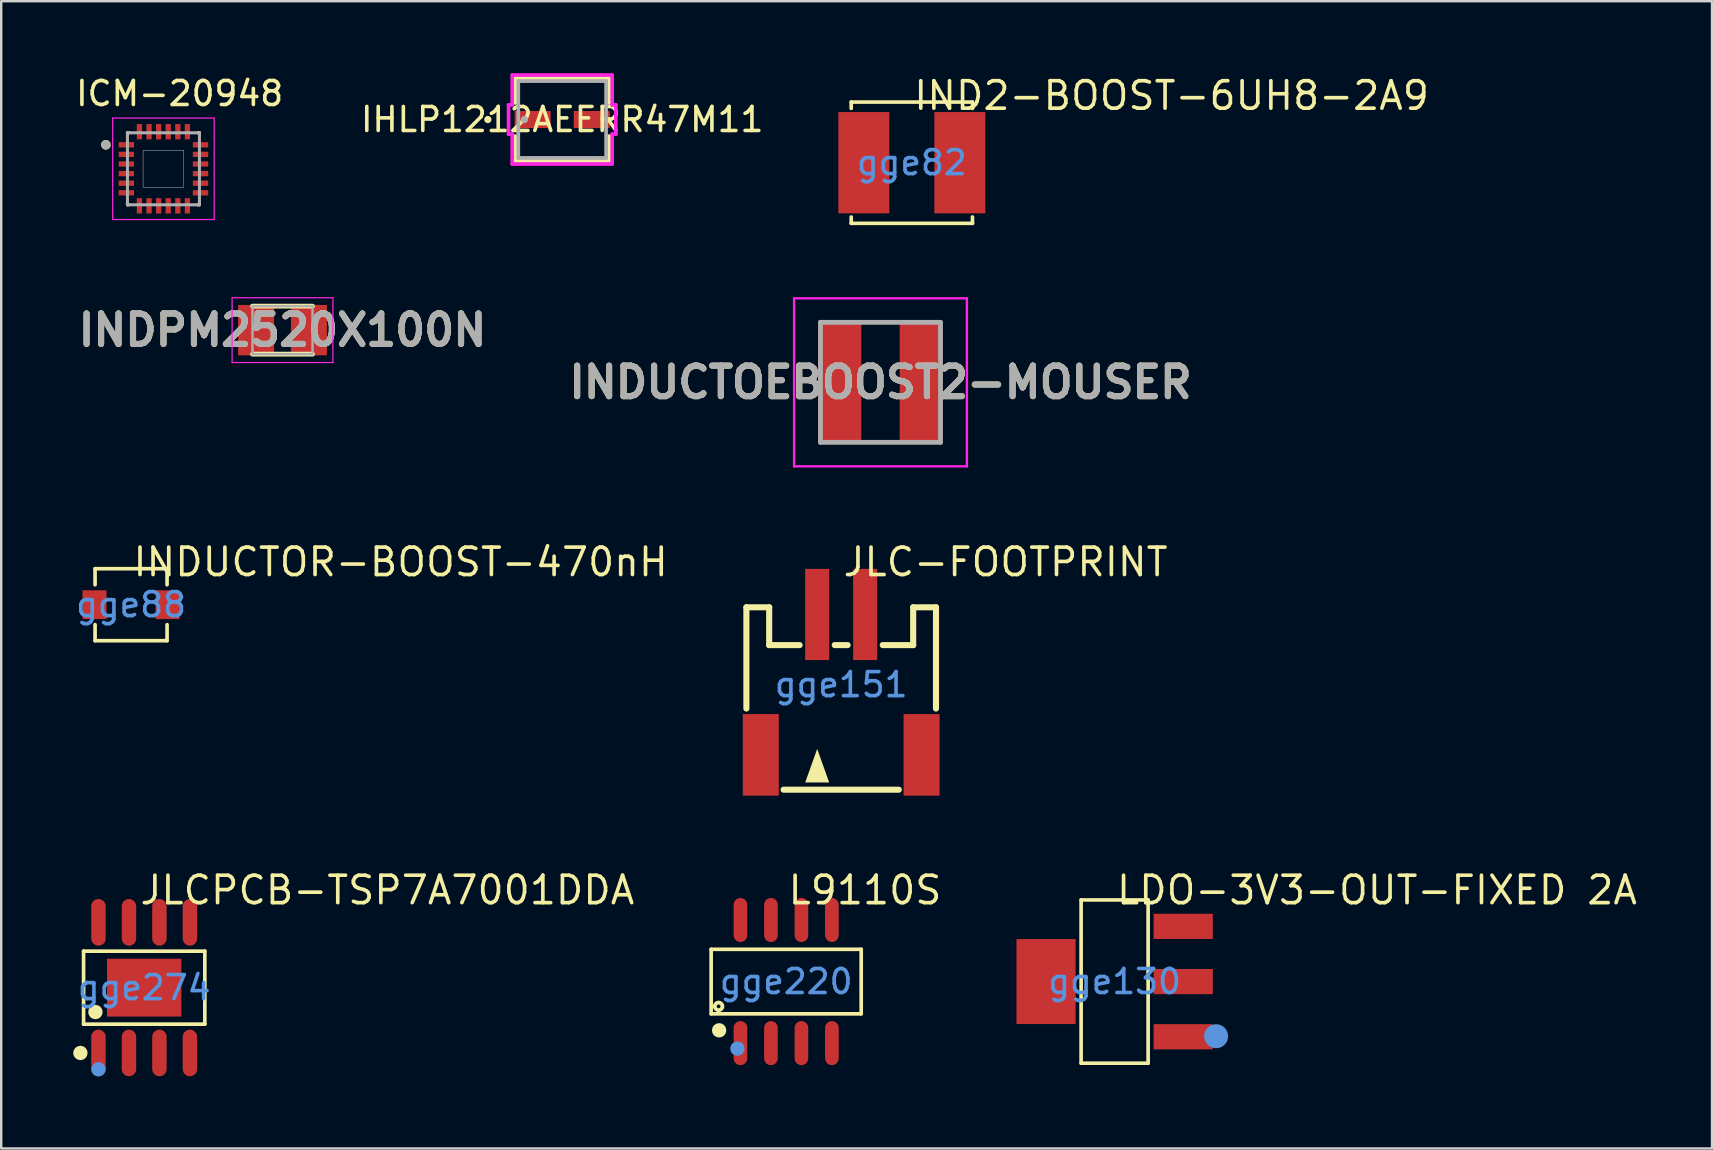
<source format=kicad_pcb>
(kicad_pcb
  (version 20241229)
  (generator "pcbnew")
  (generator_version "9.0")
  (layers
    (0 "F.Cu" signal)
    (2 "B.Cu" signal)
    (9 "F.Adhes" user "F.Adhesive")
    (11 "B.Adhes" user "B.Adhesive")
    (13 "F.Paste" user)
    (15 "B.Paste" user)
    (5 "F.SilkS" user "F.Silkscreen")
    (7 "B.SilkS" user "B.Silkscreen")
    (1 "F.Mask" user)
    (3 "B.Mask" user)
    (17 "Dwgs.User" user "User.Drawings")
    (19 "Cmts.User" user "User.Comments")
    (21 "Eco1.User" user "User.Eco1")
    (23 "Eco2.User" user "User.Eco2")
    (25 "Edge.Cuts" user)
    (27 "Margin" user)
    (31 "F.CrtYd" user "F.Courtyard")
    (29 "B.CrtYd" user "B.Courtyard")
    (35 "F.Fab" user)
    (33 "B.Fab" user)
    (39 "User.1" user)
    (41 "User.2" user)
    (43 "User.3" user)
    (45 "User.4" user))
  (footprint "JLCPCB-TSP7A7001DDA"
    (layer "F.Cu")
    (at 2.958 38.102)
    (property "Reference" "JLCPCB-TSP7A7001DDA" (at -0.254 -4.064 0) (layer "F.SilkS") (effects (font (size 1.143 1.143) (thickness 0.152)) (justify left)))
    (attr smd)
    (fp_line (start -2.526 -1.521) (end 2.526 -1.521) (stroke (width 0.152) (type solid)) (layer "F.SilkS"))
    (fp_line (start -2.526 1.521) (end -2.526 -1.521) (stroke (width 0.152) (type solid)) (layer "F.SilkS"))
    (fp_line (start 2.526 -1.521) (end 2.526 1.521) (stroke (width 0.152) (type solid)) (layer "F.SilkS"))
    (fp_line (start 2.526 1.521) (end -2.526 1.521) (stroke (width 0.152) (type solid)) (layer "F.SilkS"))
    (fp_circle (center -2.658 2.721) (end -2.508 2.721) (stroke (width 0.3) (type solid)) (fill no) (layer "F.SilkS"))
    (fp_circle (center -2.032 1.016) (end -1.882 1.016) (stroke (width 0.3) (type solid)) (fill no) (layer "F.SilkS"))
    (fp_circle (center -1.905 3.4) (end -1.755 3.4) (stroke (width 0.3) (type solid)) (fill no) (layer "Cmts.User"))
    (fp_text user "gge274" (at 0 0 0) (layer "Cmts.User") (effects (font (size 1 1) (thickness 0.15))))
    (pad "1" smd oval (at -1.905 2.721) (size 0.602 1.941) (layers "F.Cu" "F.Mask" "F.Paste"))
    (pad "2" smd oval (at -0.635 2.721) (size 0.602 1.941) (layers "F.Cu" "F.Mask" "F.Paste"))
    (pad "3" smd oval (at 0.635 2.721) (size 0.602 1.941) (layers "F.Cu" "F.Mask" "F.Paste"))
    (pad "4" smd oval (at 1.905 2.721) (size 0.602 1.941) (layers "F.Cu" "F.Mask" "F.Paste"))
    (pad "5" smd oval (at 1.905 -2.721) (size 0.602 1.941) (layers "F.Cu" "F.Mask" "F.Paste"))
    (pad "6" smd oval (at 0.635 -2.721) (size 0.602 1.941) (layers "F.Cu" "F.Mask" "F.Paste"))
    (pad "7" smd oval (at -0.635 -2.721) (size 0.602 1.941) (layers "F.Cu" "F.Mask" "F.Paste"))
    (pad "8" smd oval (at -1.905 -2.721) (size 0.602 1.941) (layers "F.Cu" "F.Mask" "F.Paste"))
    (pad "9" smd rect (at 0 0) (size 3.098 2.41) (layers "F.Cu" "F.Mask" "F.Paste")))
  (footprint "LDO-3V3-OUT-FIXED 2A"
    (layer "F.Cu")
    (at 43.392 37.848)
    (property "Reference" "LDO-3V3-OUT-FIXED 2A" (at 0 -3.81 0) (layer "F.SilkS") (effects (font (size 1.143 1.143) (thickness 0.152)) (justify left)))
    (attr smd)
    (fp_line (start -1.396 -3.401) (end 1.396 -3.401) (stroke (width 0.152) (type solid)) (layer "F.SilkS"))
    (fp_line (start -1.396 3.401) (end -1.396 -3.401) (stroke (width 0.152) (type solid)) (layer "F.SilkS"))
    (fp_line (start 1.396 -3.401) (end 1.396 3.401) (stroke (width 0.152) (type solid)) (layer "F.SilkS"))
    (fp_line (start 1.396 3.401) (end -1.396 3.401) (stroke (width 0.152) (type solid)) (layer "F.SilkS"))
    (fp_circle (center 4.229 2.277) (end 4.479 2.277) (stroke (width 0.5) (type solid)) (fill no) (layer "Cmts.User"))
    (fp_text user "gge130" (at 0 0 0) (layer "Cmts.User") (effects (font (size 1 1) (thickness 0.15))))
    (pad "1" smd rect (at 2.858 2.3) (size 2.465 1.05) (layers "F.Cu" "F.Mask" "F.Paste"))
    (pad "2" smd rect (at 2.858 0) (size 2.465 1.05) (layers "F.Cu" "F.Mask" "F.Paste"))
    (pad "3" smd rect (at 2.858 -2.3) (size 2.465 1.05) (layers "F.Cu" "F.Mask" "F.Paste"))
    (pad "4" smd rect (at -2.857 0) (size 2.465 3.54) (layers "F.Cu" "F.Mask" "F.Paste")))
  (footprint "INDUCTOEBOOST2-MOUSER"
    (layer "F.Cu")
    (at 33.637 12.881)
    (property "Reference" "INDUCTOEBOOST2-MOUSER" (at 0 0 0) (layer "F.SilkS") (effects (font (size 1.27 1.27) (thickness 0.254))))
    (attr smd)
    (fp_line (start -0.4 -2.5) (end 0.4 -2.5) (stroke (width 0.1) (type solid)) (layer "F.SilkS"))
    (fp_line (start -0.4 2.5) (end 0.4 2.5) (stroke (width 0.1) (type solid)) (layer "F.SilkS"))
    (fp_line (start -3.6 -3.5) (end 3.6 -3.5) (stroke (width 0.1) (type solid)) (layer "F.CrtYd"))
    (fp_line (start -3.6 3.5) (end -3.6 -3.5) (stroke (width 0.1) (type solid)) (layer "F.CrtYd"))
    (fp_line (start 3.6 -3.5) (end 3.6 3.5) (stroke (width 0.1) (type solid)) (layer "F.CrtYd"))
    (fp_line (start 3.6 3.5) (end -3.6 3.5) (stroke (width 0.1) (type solid)) (layer "F.CrtYd"))
    (fp_line (start -2.5 -2.5) (end 2.5 -2.5) (stroke (width 0.2) (type solid)) (layer "F.Fab"))
    (fp_line (start -2.5 2.5) (end -2.5 -2.5) (stroke (width 0.2) (type solid)) (layer "F.Fab"))
    (fp_line (start 2.5 -2.5) (end 2.5 2.5) (stroke (width 0.2) (type solid)) (layer "F.Fab"))
    (fp_line (start 2.5 2.5) (end -2.5 2.5) (stroke (width 0.2) (type solid)) (layer "F.Fab"))
    (fp_text user "${REFERENCE}" (at 0 0 0) (layer "F.Fab") (effects (font (size 1.27 1.27) (thickness 0.254))))
    (pad "1" smd rect (at -1.7 0) (size 1.8 5) (layers "F.Cu" "F.Mask" "F.Paste"))
    (pad "2" smd rect (at 1.7 0) (size 1.8 5) (layers "F.Cu" "F.Mask" "F.Paste")))
  (footprint "IND2-BOOST-6UH8-2A9"
    (layer "F.Cu")
    (at 34.943 3.729)
    (property "Reference" "IND2-BOOST-6UH8-2A9" (at 0 -2.794 0) (layer "F.SilkS") (effects (font (size 1.143 1.143) (thickness 0.152)) (justify left)))
    (attr smd)
    (fp_line (start -2.526 -2.526) (end 2.526 -2.526) (stroke (width 0.152) (type solid)) (layer "F.SilkS"))
    (fp_line (start -2.526 -2.262) (end -2.526 -2.526) (stroke (width 0.152) (type solid)) (layer "F.SilkS"))
    (fp_line (start -2.526 2.262) (end -2.526 2.526) (stroke (width 0.152) (type solid)) (layer "F.SilkS"))
    (fp_line (start -2.526 2.526) (end 2.526 2.526) (stroke (width 0.152) (type solid)) (layer "F.SilkS"))
    (fp_line (start 2.526 -2.526) (end 2.526 -2.262) (stroke (width 0.152) (type solid)) (layer "F.SilkS"))
    (fp_line (start 2.526 2.526) (end 2.526 2.262) (stroke (width 0.152) (type solid)) (layer "F.SilkS"))
    (fp_text user "gge82" (at 0 0 0) (layer "Cmts.User") (effects (font (size 1 1) (thickness 0.15))))
    (pad "1" smd rect (at 2 0) (size 2.124 4.22) (layers "F.Cu" "F.Mask" "F.Paste"))
    (pad "2" smd rect (at -2 0) (size 2.124 4.22) (layers "F.Cu" "F.Mask" "F.Paste")))
  (footprint "INDUCTOR-BOOST-470nH"
    (layer "F.Cu")
    (at 2.411 22.145)
    (property "Reference" "INDUCTOR-BOOST-470nH" (at 0 -1.778 0) (layer "F.SilkS") (effects (font (size 1.143 1.143) (thickness 0.152)) (justify left)))
    (attr smd)
    (fp_line (start -1.5 -0.831) (end -1.5 -1.5) (stroke (width 0.152) (type solid)) (layer "F.SilkS"))
    (fp_line (start -1.5 1.5) (end -1.5 0.831) (stroke (width 0.152) (type solid)) (layer "F.SilkS"))
    (fp_line (start 1.5 -1.5) (end -1.5 -1.5) (stroke (width 0.152) (type solid)) (layer "F.SilkS"))
    (fp_line (start 1.5 -1.5) (end 1.5 -0.831) (stroke (width 0.152) (type solid)) (layer "F.SilkS"))
    (fp_line (start 1.5 0.831) (end 1.5 1.5) (stroke (width 0.152) (type solid)) (layer "F.SilkS"))
    (fp_line (start 1.5 1.5) (end -1.5 1.5) (stroke (width 0.152) (type solid)) (layer "F.SilkS"))
    (fp_text user "gge88" (at 0 0 0) (layer "Cmts.User") (effects (font (size 1 1) (thickness 0.15))))
    (pad "1" smd rect (at -1.524 0) (size 1 1.2) (layers "F.Cu" "F.Mask" "F.Paste"))
    (pad "2" smd rect (at 1.524 0) (size 1 1.2) (layers "F.Cu" "F.Mask" "F.Paste")))
  (footprint "INDPM2520X100N"
    (layer "F.Cu")
    (at 8.721 10.706)
    (property "Reference" "INDPM2520X100N" (at 0 0 0) (layer "F.SilkS") (effects (font (size 1.27 1.27) (thickness 0.254))))
    (attr smd)
    (fp_line (start -1.25 1) (end 1.25 1) (stroke (width 0.2) (type solid)) (layer "F.SilkS"))
    (fp_line (start 1.25 -1) (end -1.25 -1) (stroke (width 0.2) (type solid)) (layer "F.SilkS"))
    (fp_line (start -2.1 -1.35) (end 2.1 -1.35) (stroke (width 0.05) (type solid)) (layer "F.CrtYd"))
    (fp_line (start -2.1 1.35) (end -2.1 -1.35) (stroke (width 0.05) (type solid)) (layer "F.CrtYd"))
    (fp_line (start 2.1 -1.35) (end 2.1 1.35) (stroke (width 0.05) (type solid)) (layer "F.CrtYd"))
    (fp_line (start 2.1 1.35) (end -2.1 1.35) (stroke (width 0.05) (type solid)) (layer "F.CrtYd"))
    (fp_line (start -1.25 -1) (end 1.25 -1) (stroke (width 0.1) (type solid)) (layer "F.Fab"))
    (fp_line (start -1.25 1) (end -1.25 -1) (stroke (width 0.1) (type solid)) (layer "F.Fab"))
    (fp_line (start 1.25 -1) (end 1.25 1) (stroke (width 0.1) (type solid)) (layer "F.Fab"))
    (fp_line (start 1.25 1) (end -1.25 1) (stroke (width 0.1) (type solid)) (layer "F.Fab"))
    (fp_text user "${REFERENCE}" (at 0 0 0) (layer "F.Fab") (effects (font (size 1.27 1.27) (thickness 0.254))))
    (pad "1" smd rect (at -1.1 0) (size 1.5 2.1) (layers "F.Cu" "F.Mask" "F.Paste"))
    (pad "2" smd rect (at 1.1 0) (size 1.5 2.1) (layers "F.Cu" "F.Mask" "F.Paste")))
  (footprint "JLC-FOOTPRINT"
    (layer "F.Cu")
    (at 31.999 25.478)
    (property "Reference" "JLC-FOOTPRINT" (at 0 -5.111 0) (layer "F.SilkS") (effects (font (size 1.143 1.143) (thickness 0.152)) (justify left)))
    (attr smd)
    (fp_line (start -3.95 -3.225) (end -3.95 0.994) (stroke (width 0.254) (type solid)) (layer "F.SilkS"))
    (fp_line (start -3 -3.224) (end -3.95 -3.224) (stroke (width 0.254) (type solid)) (layer "F.SilkS"))
    (fp_line (start -3 -1.649) (end -3 -3.224) (stroke (width 0.254) (type solid)) (layer "F.SilkS"))
    (fp_line (start -1.732 -1.649) (end -3 -1.649) (stroke (width 0.254) (type solid)) (layer "F.SilkS"))
    (fp_line (start 0.269 -1.65) (end -0.269 -1.65) (stroke (width 0.254) (type solid)) (layer "F.SilkS"))
    (fp_line (start 2.4 4.375) (end -2.4 4.375) (stroke (width 0.254) (type solid)) (layer "F.SilkS"))
    (fp_line (start 3 -3.225) (end 3 -1.65) (stroke (width 0.254) (type solid)) (layer "F.SilkS"))
    (fp_line (start 3 -1.65) (end 1.731 -1.65) (stroke (width 0.254) (type solid)) (layer "F.SilkS"))
    (fp_line (start 3.95 -3.225) (end 3 -3.225) (stroke (width 0.254) (type solid)) (layer "F.SilkS"))
    (fp_line (start 3.95 -3.225) (end 3.95 0.994) (stroke (width 0.254) (type solid)) (layer "F.SilkS"))
    (fp_poly (pts (xy -1.5 4.075) (xy -0.5 4.075) (xy -1 2.675)) (stroke (width 0) (type solid)) (fill yes) (layer "F.SilkS"))
    (fp_text user "gge151" (at 0 0 0) (layer "Cmts.User") (effects (font (size 1 1) (thickness 0.15))))
    (pad "1" smd rect (at -1 -2.925) (size 1 3.8) (layers "F.Cu" "F.Mask" "F.Paste"))
    (pad "2" smd rect (at 1 -2.925) (size 1 3.8) (layers "F.Cu" "F.Mask" "F.Paste"))
    (pad "3" smd rect (at 3.35 2.925) (size 1.5 3.4) (layers "F.Cu" "F.Mask" "F.Paste"))
    (pad "4" smd rect (at -3.35 2.925) (size 1.5 3.4) (layers "F.Cu" "F.Mask" "F.Paste")))
  (footprint "IHLP1212AEERR47M11"
    (layer "F.Cu")
    (at 20.375 1.93)
    (property "Reference" "IHLP1212AEERR47M11" (at 0 0 0) (layer "F.SilkS") (effects (font (size 1 1) (thickness 0.15))))
    (attr through_hole)
    (fp_line (start -1.956 -1.727) (end -1.956 -0.688) (stroke (width 0.152) (type solid)) (layer "F.SilkS"))
    (fp_line (start -1.956 0.688) (end -1.956 1.727) (stroke (width 0.152) (type solid)) (layer "F.SilkS"))
    (fp_line (start -1.956 1.727) (end 1.956 1.727) (stroke (width 0.152) (type solid)) (layer "F.SilkS"))
    (fp_line (start 1.956 -1.727) (end -1.956 -1.727) (stroke (width 0.152) (type solid)) (layer "F.SilkS"))
    (fp_line (start 1.956 -0.688) (end 1.956 -1.727) (stroke (width 0.152) (type solid)) (layer "F.SilkS"))
    (fp_line (start 1.956 1.727) (end 1.956 0.688) (stroke (width 0.152) (type solid)) (layer "F.SilkS"))
    (fp_circle (center -3.099 0) (end -3.023 0) (stroke (width 0.152) (type solid)) (fill no) (layer "F.SilkS"))
    (fp_line (start -2.235 -0.61) (end -2.083 -0.61) (stroke (width 0.152) (type solid)) (layer "F.CrtYd"))
    (fp_line (start -2.235 0.61) (end -2.235 -0.61) (stroke (width 0.152) (type solid)) (layer "F.CrtYd"))
    (fp_line (start -2.083 -1.854) (end 2.083 -1.854) (stroke (width 0.152) (type solid)) (layer "F.CrtYd"))
    (fp_line (start -2.083 -0.61) (end -2.083 -1.854) (stroke (width 0.152) (type solid)) (layer "F.CrtYd"))
    (fp_line (start -2.083 0.61) (end -2.235 0.61) (stroke (width 0.152) (type solid)) (layer "F.CrtYd"))
    (fp_line (start -2.083 1.854) (end -2.083 0.61) (stroke (width 0.152) (type solid)) (layer "F.CrtYd"))
    (fp_line (start 2.083 -1.854) (end 2.083 -0.61) (stroke (width 0.152) (type solid)) (layer "F.CrtYd"))
    (fp_line (start 2.083 -0.61) (end 2.235 -0.61) (stroke (width 0.152) (type solid)) (layer "F.CrtYd"))
    (fp_line (start 2.083 0.61) (end 2.083 1.854) (stroke (width 0.152) (type solid)) (layer "F.CrtYd"))
    (fp_line (start 2.083 1.854) (end -2.083 1.854) (stroke (width 0.152) (type solid)) (layer "F.CrtYd"))
    (fp_line (start 2.235 -0.61) (end 2.235 0.61) (stroke (width 0.152) (type solid)) (layer "F.CrtYd"))
    (fp_line (start 2.235 0.61) (end 2.083 0.61) (stroke (width 0.152) (type solid)) (layer "F.CrtYd"))
    (fp_line (start -1.829 -1.6) (end -1.829 1.6) (stroke (width 0.152) (type solid)) (layer "F.Fab"))
    (fp_line (start -1.829 1.6) (end 1.829 1.6) (stroke (width 0.152) (type solid)) (layer "F.Fab"))
    (fp_line (start 1.829 -1.6) (end -1.829 -1.6) (stroke (width 0.152) (type solid)) (layer "F.Fab"))
    (fp_line (start 1.829 1.6) (end 1.829 -1.6) (stroke (width 0.152) (type solid)) (layer "F.Fab"))
    (fp_circle (center -1.575 0) (end -1.499 0) (stroke (width 0.152) (type solid)) (fill no) (layer "F.Fab"))
    (fp_text user "Copyright 2016 Accelerated Designs. All rights reserved." (at 0 0 0) (layer "Cmts.User") (effects (font (size 0.127 0.127) (thickness 0.002))))
    (pad "1" smd rect (at -1.232 0 90) (size 0.711 1.498) (layers "F.Cu" "F.Mask" "F.Paste"))
    (pad "2" smd rect (at 1.232 0 90) (size 0.711 1.498) (layers "F.Cu" "F.Mask" "F.Paste")))
  (footprint "L9110S"
    (layer "F.Cu")
    (at 29.707 37.848)
    (property "Reference" "L9110S" (at 0 -3.81 0) (layer "F.SilkS") (effects (font (size 1.143 1.143) (thickness 0.152)) (justify left)))
    (attr smd)
    (fp_line (start -3.126 -1.344) (end 3.126 -1.344) (stroke (width 0.152) (type solid)) (layer "F.SilkS"))
    (fp_line (start -3.126 1.344) (end -3.126 -1.344) (stroke (width 0.152) (type solid)) (layer "F.SilkS"))
    (fp_line (start 3.126 -1.344) (end 3.126 1.344) (stroke (width 0.152) (type solid)) (layer "F.SilkS"))
    (fp_line (start 3.126 1.344) (end -3.126 1.344) (stroke (width 0.152) (type solid)) (layer "F.SilkS"))
    (fp_circle (center -2.815 1.033) (end -2.736 1.033) (stroke (width 0.159) (type solid)) (fill no) (layer "F.SilkS"))
    (fp_circle (center -2.794 2.032) (end -2.644 2.032) (stroke (width 0.3) (type solid)) (fill no) (layer "F.SilkS"))
    (fp_circle (center -2.032 2.794) (end -1.882 2.794) (stroke (width 0.3) (type solid)) (fill no) (layer "Cmts.User"))
    (fp_text user "gge220" (at 0 0 0) (layer "Cmts.User") (effects (font (size 1 1) (thickness 0.15))))
    (pad "1" smd oval (at -1.905 2.565) (size 0.568 1.834) (layers "F.Cu" "F.Mask" "F.Paste"))
    (pad "2" smd oval (at -0.635 2.565) (size 0.568 1.834) (layers "F.Cu" "F.Mask" "F.Paste"))
    (pad "3" smd oval (at 0.635 2.565) (size 0.568 1.834) (layers "F.Cu" "F.Mask" "F.Paste"))
    (pad "4" smd oval (at 1.905 2.565) (size 0.568 1.834) (layers "F.Cu" "F.Mask" "F.Paste"))
    (pad "5" smd oval (at 1.905 -2.565) (size 0.568 1.834) (layers "F.Cu" "F.Mask" "F.Paste"))
    (pad "6" smd oval (at 0.635 -2.565) (size 0.568 1.834) (layers "F.Cu" "F.Mask" "F.Paste"))
    (pad "7" smd oval (at -0.635 -2.565) (size 0.568 1.834) (layers "F.Cu" "F.Mask" "F.Paste"))
    (pad "8" smd oval (at -1.905 -2.565) (size 0.568 1.834) (layers "F.Cu" "F.Mask" "F.Paste")))
  (footprint "ICM-20948"
    (layer "F.Cu")
    (at 3.76 3.983)
    (property "Reference" "ICM-20948" (at 0.675 -3.135 0) (layer "F.SilkS") (effects (font (size 1 1) (thickness 0.15))))
    (attr smd)
    (fp_line (start -1.5 -1.5) (end -1.5 -1.43) (stroke (width 0.127) (type solid)) (layer "F.SilkS"))
    (fp_line (start -1.5 1.43) (end -1.5 1.5) (stroke (width 0.127) (type solid)) (layer "F.SilkS"))
    (fp_line (start -1.5 1.5) (end -1.43 1.5) (stroke (width 0.127) (type solid)) (layer "F.SilkS"))
    (fp_line (start -1.43 -1.5) (end -1.5 -1.5) (stroke (width 0.127) (type solid)) (layer "F.SilkS"))
    (fp_line (start 1.43 1.5) (end 1.5 1.5) (stroke (width 0.127) (type solid)) (layer "F.SilkS"))
    (fp_line (start 1.5 -1.5) (end 1.43 -1.5) (stroke (width 0.127) (type solid)) (layer "F.SilkS"))
    (fp_line (start 1.5 -1.43) (end 1.5 -1.5) (stroke (width 0.127) (type solid)) (layer "F.SilkS"))
    (fp_line (start 1.5 1.5) (end 1.5 1.43) (stroke (width 0.127) (type solid)) (layer "F.SilkS"))
    (fp_circle (center -2.4 -1) (end -2.3 -1) (stroke (width 0.2) (type solid)) (fill no) (layer "F.SilkS"))
    (fp_poly (pts (xy -0.85 -0.77) (xy 0.85 -0.77) (xy 0.85 0.77) (xy -0.85 0.77)) (stroke (width 0.01) (type solid)) (fill no) (layer "Dwgs.User"))
    (fp_poly (pts (xy -0.85 -0.77) (xy 0.85 -0.77) (xy 0.85 0.77) (xy -0.85 0.77)) (stroke (width 0.01) (type solid)) (fill no) (layer "Dwgs.User"))
    (fp_line (start -2.115 -2.115) (end 2.115 -2.115) (stroke (width 0.05) (type solid)) (layer "F.CrtYd"))
    (fp_line (start -2.115 2.115) (end -2.115 -2.115) (stroke (width 0.05) (type solid)) (layer "F.CrtYd"))
    (fp_line (start 2.115 -2.115) (end 2.115 2.115) (stroke (width 0.05) (type solid)) (layer "F.CrtYd"))
    (fp_line (start 2.115 2.115) (end -2.115 2.115) (stroke (width 0.05) (type solid)) (layer "F.CrtYd"))
    (fp_line (start -1.5 -1.5) (end 1.5 -1.5) (stroke (width 0.127) (type solid)) (layer "F.Fab"))
    (fp_line (start -1.5 1.5) (end -1.5 -1.5) (stroke (width 0.127) (type solid)) (layer "F.Fab"))
    (fp_line (start 1.5 -1.5) (end 1.5 1.5) (stroke (width 0.127) (type solid)) (layer "F.Fab"))
    (fp_line (start 1.5 1.5) (end -1.5 1.5) (stroke (width 0.127) (type solid)) (layer "F.Fab"))
    (fp_circle (center -2.4 -1) (end -2.3 -1) (stroke (width 0.2) (type solid)) (fill no) (layer "F.Fab"))
    (pad "1" smd roundrect (at -1.545 -1) (size 0.64 0.22) (layers "F.Cu" "F.Mask" "F.Paste") (roundrect_rratio 0.03))
    (pad "2" smd roundrect (at -1.545 -0.6) (size 0.64 0.22) (layers "F.Cu" "F.Mask" "F.Paste") (roundrect_rratio 0.03))
    (pad "3" smd roundrect (at -1.545 -0.2) (size 0.64 0.22) (layers "F.Cu" "F.Mask" "F.Paste") (roundrect_rratio 0.03))
    (pad "4" smd roundrect (at -1.545 0.2) (size 0.64 0.22) (layers "F.Cu" "F.Mask" "F.Paste") (roundrect_rratio 0.03))
    (pad "5" smd roundrect (at -1.545 0.6) (size 0.64 0.22) (layers "F.Cu" "F.Mask" "F.Paste") (roundrect_rratio 0.03))
    (pad "6" smd roundrect (at -1.545 1) (size 0.64 0.22) (layers "F.Cu" "F.Mask" "F.Paste") (roundrect_rratio 0.03))
    (pad "7" smd roundrect (at -1 1.545 90) (size 0.64 0.22) (layers "F.Cu" "F.Mask" "F.Paste") (roundrect_rratio 0.03))
    (pad "8" smd roundrect (at -0.6 1.545 90) (size 0.64 0.22) (layers "F.Cu" "F.Mask" "F.Paste") (roundrect_rratio 0.03))
    (pad "9" smd roundrect (at -0.2 1.545 90) (size 0.64 0.22) (layers "F.Cu" "F.Mask" "F.Paste") (roundrect_rratio 0.03))
    (pad "10" smd roundrect (at 0.2 1.545 90) (size 0.64 0.22) (layers "F.Cu" "F.Mask" "F.Paste") (roundrect_rratio 0.03))
    (pad "11" smd roundrect (at 0.6 1.545 90) (size 0.64 0.22) (layers "F.Cu" "F.Mask" "F.Paste") (roundrect_rratio 0.03))
    (pad "12" smd roundrect (at 1 1.545 90) (size 0.64 0.22) (layers "F.Cu" "F.Mask" "F.Paste") (roundrect_rratio 0.03))
    (pad "13" smd roundrect (at 1.545 1 180) (size 0.64 0.22) (layers "F.Cu" "F.Mask" "F.Paste") (roundrect_rratio 0.03))
    (pad "14" smd roundrect (at 1.545 0.6 180) (size 0.64 0.22) (layers "F.Cu" "F.Mask" "F.Paste") (roundrect_rratio 0.03))
    (pad "15" smd roundrect (at 1.545 0.2 180) (size 0.64 0.22) (layers "F.Cu" "F.Mask" "F.Paste") (roundrect_rratio 0.03))
    (pad "16" smd roundrect (at 1.545 -0.2 180) (size 0.64 0.22) (layers "F.Cu" "F.Mask" "F.Paste") (roundrect_rratio 0.03))
    (pad "17" smd roundrect (at 1.545 -0.6 180) (size 0.64 0.22) (layers "F.Cu" "F.Mask" "F.Paste") (roundrect_rratio 0.03))
    (pad "18" smd roundrect (at 1.545 -1 180) (size 0.64 0.22) (layers "F.Cu" "F.Mask" "F.Paste") (roundrect_rratio 0.03))
    (pad "19" smd roundrect (at 1 -1.545 270) (size 0.64 0.22) (layers "F.Cu" "F.Mask" "F.Paste") (roundrect_rratio 0.03))
    (pad "20" smd roundrect (at 0.6 -1.545 270) (size 0.64 0.22) (layers "F.Cu" "F.Mask" "F.Paste") (roundrect_rratio 0.03))
    (pad "21" smd roundrect (at 0.2 -1.545 270) (size 0.64 0.22) (layers "F.Cu" "F.Mask" "F.Paste") (roundrect_rratio 0.03))
    (pad "22" smd roundrect (at -0.2 -1.545 270) (size 0.64 0.22) (layers "F.Cu" "F.Mask" "F.Paste") (roundrect_rratio 0.03))
    (pad "23" smd roundrect (at -0.6 -1.545 270) (size 0.64 0.22) (layers "F.Cu" "F.Mask" "F.Paste") (roundrect_rratio 0.03))
    (pad "24" smd roundrect (at -1 -1.545 270) (size 0.64 0.22) (layers "F.Cu" "F.Mask" "F.Paste") (roundrect_rratio 0.03)))
  (gr_rect
    (start -3 -3)
    (end 68.282 44.802)
    (stroke (width 0.1) (type default))
    (fill no)
    (layer "Edge.Cuts")))
</source>
